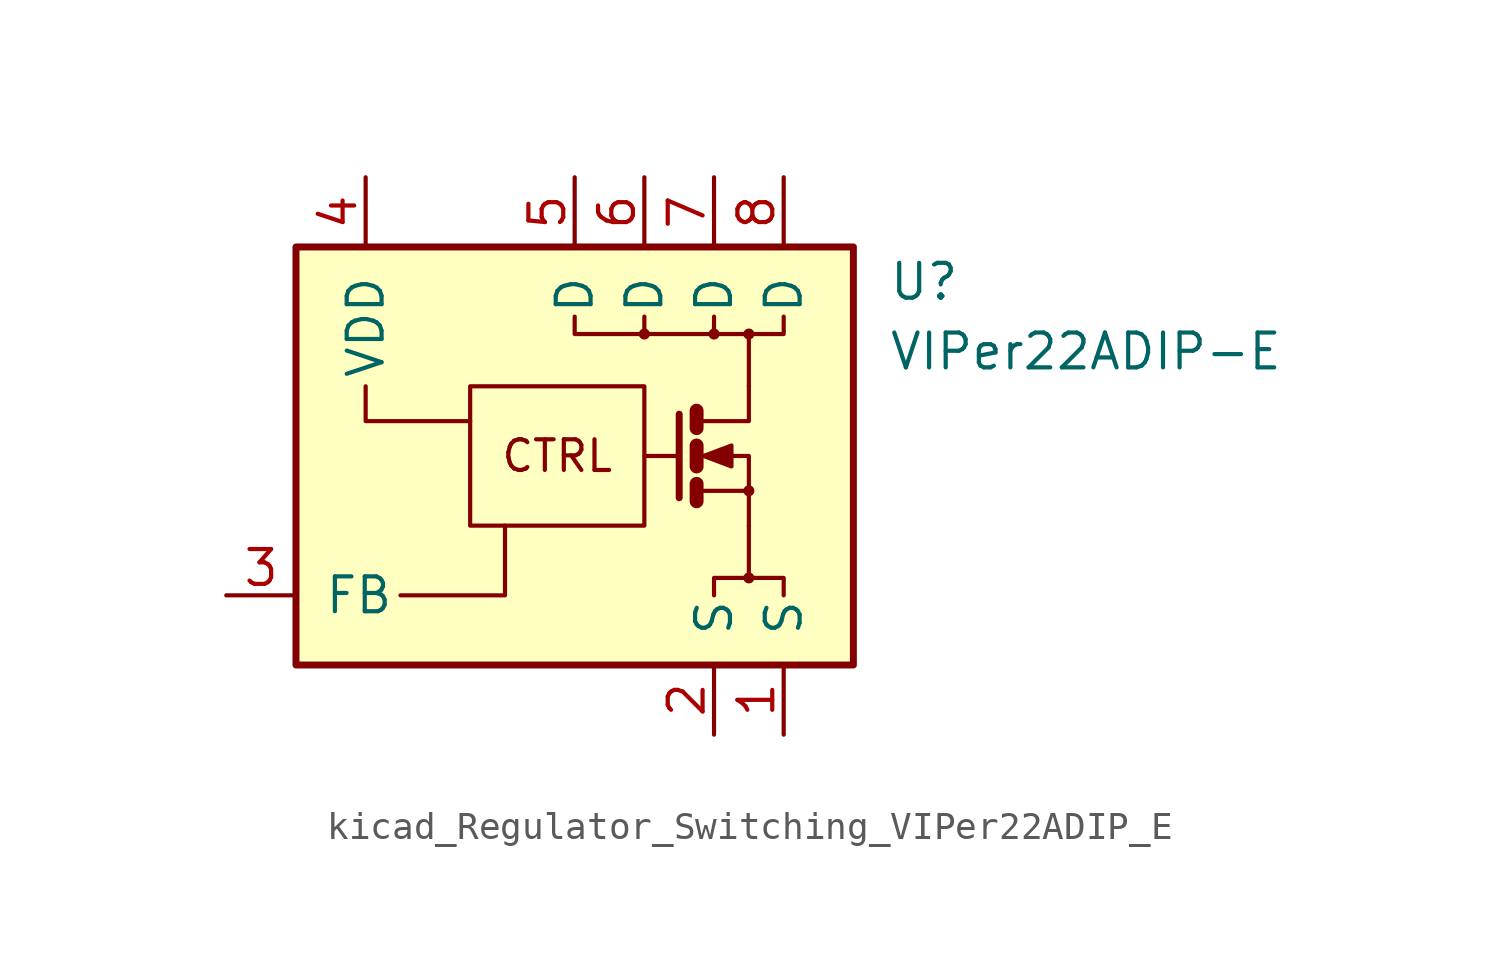
<source format=kicad_sym>
(kicad_symbol_lib
  (version 20220914)
  (generator kicad_symbol_editor)
  (symbol "kicad_Regulator_Switching_VIPer22ADIP_E"
    (pin_names
      (offset 1.016))
    (property "Reference" "U"
      (at 11.43 6.35 0)
      (effects (font (size 1.27 1.27)) (justify left)))
    (property "Value" "VIPer22ADIP-E"
      (at 11.43 3.81 0)
      (effects (font (size 1.27 1.27)) (justify left)))
    (symbol "kicad_Regulator_Switching_VIPer22ADIP_E_0_0"
      (rectangle (start -10.16 7.62) (end 10.16 -7.62) (stroke (width 0.254) (type default)) (fill (type background)))
      (polyline (pts (xy 2.54 5.08) (xy 2.54 4.445)) (stroke (width 0) (type default)) (fill (type none)))
      (polyline (pts (xy 5.08 5.08) (xy 5.08 4.445)) (stroke (width 0) (type default)) (fill (type none)))
      (polyline (pts (xy 6.35 -2.54) (xy 6.35 -4.445)) (stroke (width 0) (type default)) (fill (type none)))
      (polyline (pts (xy 6.35 2.54) (xy 6.35 4.445)) (stroke (width 0) (type default)) (fill (type none)))
      (polyline (pts (xy 0 5.08) (xy 0 4.445) (xy 7.62 4.445) (xy 7.62 5.08)) (stroke (width 0) (type default)) (fill (type none)))
      (polyline (pts (xy 5.08 -5.08) (xy 5.08 -4.445) (xy 7.62 -4.445) (xy 7.62 -5.08)) (stroke (width 0) (type default)) (fill (type none)))
      (circle (center 2.54 4.445) (radius 0.127) (stroke (width 0) (type default)) (fill (type none)))
      (circle (center 5.08 4.445) (radius 0.127) (stroke (width 0) (type default)) (fill (type none)))
      (circle (center 6.35 -4.445) (radius 0.127) (stroke (width 0) (type default)) (fill (type none)))
      (circle (center 6.35 -1.27) (radius 0.127) (stroke (width 0) (type default)) (fill (type none)))
      (circle (center 6.35 4.445) (radius 0.127) (stroke (width 0) (type default)) (fill (type none)))
      (text "CTRL" (at -0.635 0 0) (effects (font (size 1.118 1.118)))))
    (symbol "kicad_Regulator_Switching_VIPer22ADIP_E_0_1"
      (rectangle (start -3.81 2.54) (end 2.54 -2.54) (stroke (width 0) (type default)) (fill (type none)))
      (polyline (pts (xy 3.81 0) (xy 2.54 0)) (stroke (width 0) (type default)) (fill (type none)))
      (polyline (pts (xy 4.445 -1.016) (xy 4.445 -1.651)) (stroke (width 0.508) (type default)) (fill (type none)))
      (polyline (pts (xy 4.445 0.381) (xy 4.445 -0.381)) (stroke (width 0.508) (type default)) (fill (type none)))
      (polyline (pts (xy 4.445 1.651) (xy 4.445 1.016)) (stroke (width 0.508) (type default)) (fill (type none)))
      (polyline (pts (xy -7.62 2.54) (xy -7.62 1.27) (xy -3.81 1.27)) (stroke (width 0) (type default)) (fill (type none)))
      (polyline (pts (xy -6.35 -5.08) (xy -2.54 -5.08) (xy -2.54 -2.54)) (stroke (width 0) (type default)) (fill (type none)))
      (polyline (pts (xy 3.81 1.524) (xy 3.81 -1.524) (xy 3.81 -1.524)) (stroke (width 0.254) (type default)) (fill (type none)))
      (polyline (pts (xy 4.572 -1.27) (xy 6.35 -1.27) (xy 6.35 -2.54) (xy 6.35 -2.54)) (stroke (width 0) (type default)) (fill (type none)))
      (polyline (pts (xy 4.572 1.27) (xy 6.35 1.27) (xy 6.35 2.54) (xy 6.35 2.54)) (stroke (width 0) (type default)) (fill (type none)))
      (polyline (pts (xy 4.572 0) (xy 5.08 0) (xy 6.35 0) (xy 6.35 -1.27) (xy 6.35 -1.27)) (stroke (width 0) (type default)) (fill (type none)))
      (polyline (pts (xy 4.699 0) (xy 5.715 0.381) (xy 5.715 -0.381) (xy 4.699 0) (xy 4.826 0) (xy 4.826 0)) (stroke (width 0) (type default)) (fill (type outline))))
    (symbol "kicad_Regulator_Switching_VIPer22ADIP_E_1_1"
      (pin passive line (at 7.62 -10.16 90) (length 2.54) (name "S" (effects (font (size 1.27 1.27)))) (number "1" (effects (font (size 1.27 1.27)))))
      (pin passive line (at 5.08 -10.16 90) (length 2.54) (name "S" (effects (font (size 1.27 1.27)))) (number "2" (effects (font (size 1.27 1.27)))))
      (pin input line (at -12.7 -5.08 0) (length 2.54) (name "FB" (effects (font (size 1.27 1.27)))) (number "3" (effects (font (size 1.27 1.27)))))
      (pin power_in line (at -7.62 10.16 270) (length 2.54) (name "VDD" (effects (font (size 1.27 1.27)))) (number "4" (effects (font (size 1.27 1.27)))))
      (pin passive line (at 0 10.16 270) (length 2.54) (name "D" (effects (font (size 1.27 1.27)))) (number "5" (effects (font (size 1.27 1.27)))))
      (pin passive line (at 2.54 10.16 270) (length 2.54) (name "D" (effects (font (size 1.27 1.27)))) (number "6" (effects (font (size 1.27 1.27)))))
      (pin passive line (at 5.08 10.16 270) (length 2.54) (name "D" (effects (font (size 1.27 1.27)))) (number "7" (effects (font (size 1.27 1.27)))))
      (pin passive line (at 7.62 10.16 270) (length 2.54) (name "D" (effects (font (size 1.27 1.27)))) (number "8" (effects (font (size 1.27 1.27))))))))
</source>
